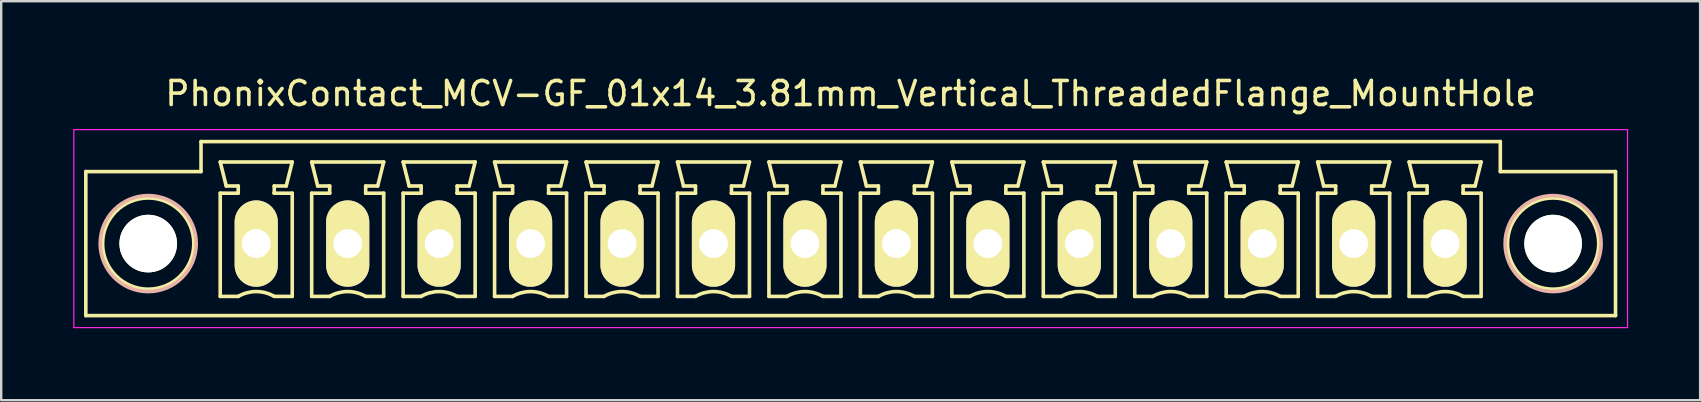
<source format=kicad_pcb>
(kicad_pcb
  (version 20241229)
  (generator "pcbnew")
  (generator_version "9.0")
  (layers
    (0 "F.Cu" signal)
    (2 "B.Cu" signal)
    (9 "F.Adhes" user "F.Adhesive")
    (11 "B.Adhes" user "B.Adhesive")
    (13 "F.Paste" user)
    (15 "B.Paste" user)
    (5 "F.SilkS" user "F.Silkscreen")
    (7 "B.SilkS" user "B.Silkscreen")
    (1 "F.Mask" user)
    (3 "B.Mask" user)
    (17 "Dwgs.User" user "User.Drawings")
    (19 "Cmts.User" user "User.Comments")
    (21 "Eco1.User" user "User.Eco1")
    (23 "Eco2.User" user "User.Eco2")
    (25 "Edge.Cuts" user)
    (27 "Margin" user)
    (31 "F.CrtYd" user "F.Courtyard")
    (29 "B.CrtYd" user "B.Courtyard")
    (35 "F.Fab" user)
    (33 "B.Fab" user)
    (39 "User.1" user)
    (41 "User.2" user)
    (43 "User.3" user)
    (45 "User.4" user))
  (footprint "PhonixContact_MCV-GF_01x14_3.81mm_Vertical_ThreadedFlange_MountHole"
    (layer "F.Cu")
    (at 7.625 7.098)
    (property "Reference" "PhonixContact_MCV-GF_01x14_3.81mm_Vertical_ThreadedFlange_MountHole" (at 24.765 -6.25 0) (layer "F.SilkS") (effects (font (size 1 1) (thickness 0.15))))
    (attr through_hole)
    (fp_line (start -7.1 -3) (end -7.1 3) (stroke (width 0.15) (type solid)) (layer "F.SilkS"))
    (fp_line (start -7.1 3) (end 56.63 3) (stroke (width 0.15) (type solid)) (layer "F.SilkS"))
    (fp_line (start -2.3 -4.25) (end -2.3 -3) (stroke (width 0.15) (type solid)) (layer "F.SilkS"))
    (fp_line (start -2.3 -3) (end -7.1 -3) (stroke (width 0.15) (type solid)) (layer "F.SilkS"))
    (fp_line (start -1.5 -3.4) (end 1.5 -3.4) (stroke (width 0.15) (type solid)) (layer "F.SilkS"))
    (fp_line (start -1.5 -2.1) (end -0.75 -2.1) (stroke (width 0.15) (type solid)) (layer "F.SilkS"))
    (fp_line (start -1.5 2.2) (end -1.5 -2.1) (stroke (width 0.15) (type solid)) (layer "F.SilkS"))
    (fp_line (start -1.25 -2.4) (end -1.5 -3.4) (stroke (width 0.15) (type solid)) (layer "F.SilkS"))
    (fp_line (start -0.75 -2.4) (end -1.25 -2.4) (stroke (width 0.15) (type solid)) (layer "F.SilkS"))
    (fp_line (start -0.75 -2.1) (end -0.75 -2.4) (stroke (width 0.15) (type solid)) (layer "F.SilkS"))
    (fp_line (start -0.75 2.2) (end -1.5 2.2) (stroke (width 0.15) (type solid)) (layer "F.SilkS"))
    (fp_line (start 0.75 -2.4) (end 0.75 -2.1) (stroke (width 0.15) (type solid)) (layer "F.SilkS"))
    (fp_line (start 0.75 -2.1) (end 0.75 -2.1) (stroke (width 0.15) (type solid)) (layer "F.SilkS"))
    (fp_line (start 0.75 -2.1) (end 1.5 -2.1) (stroke (width 0.15) (type solid)) (layer "F.SilkS"))
    (fp_line (start 1.25 -2.4) (end 0.75 -2.4) (stroke (width 0.15) (type solid)) (layer "F.SilkS"))
    (fp_line (start 1.5 -3.4) (end 1.25 -2.4) (stroke (width 0.15) (type solid)) (layer "F.SilkS"))
    (fp_line (start 1.5 -2.1) (end 1.5 2.2) (stroke (width 0.15) (type solid)) (layer "F.SilkS"))
    (fp_line (start 1.5 2.2) (end 0.75 2.2) (stroke (width 0.15) (type solid)) (layer "F.SilkS"))
    (fp_line (start 2.31 -3.4) (end 5.31 -3.4) (stroke (width 0.15) (type solid)) (layer "F.SilkS"))
    (fp_line (start 2.31 -2.1) (end 3.06 -2.1) (stroke (width 0.15) (type solid)) (layer "F.SilkS"))
    (fp_line (start 2.31 2.2) (end 2.31 -2.1) (stroke (width 0.15) (type solid)) (layer "F.SilkS"))
    (fp_line (start 2.56 -2.4) (end 2.31 -3.4) (stroke (width 0.15) (type solid)) (layer "F.SilkS"))
    (fp_line (start 3.06 -2.4) (end 2.56 -2.4) (stroke (width 0.15) (type solid)) (layer "F.SilkS"))
    (fp_line (start 3.06 -2.1) (end 3.06 -2.4) (stroke (width 0.15) (type solid)) (layer "F.SilkS"))
    (fp_line (start 3.06 2.2) (end 2.31 2.2) (stroke (width 0.15) (type solid)) (layer "F.SilkS"))
    (fp_line (start 4.56 -2.4) (end 4.56 -2.1) (stroke (width 0.15) (type solid)) (layer "F.SilkS"))
    (fp_line (start 4.56 -2.1) (end 4.56 -2.1) (stroke (width 0.15) (type solid)) (layer "F.SilkS"))
    (fp_line (start 4.56 -2.1) (end 5.31 -2.1) (stroke (width 0.15) (type solid)) (layer "F.SilkS"))
    (fp_line (start 5.06 -2.4) (end 4.56 -2.4) (stroke (width 0.15) (type solid)) (layer "F.SilkS"))
    (fp_line (start 5.31 -3.4) (end 5.06 -2.4) (stroke (width 0.15) (type solid)) (layer "F.SilkS"))
    (fp_line (start 5.31 -2.1) (end 5.31 2.2) (stroke (width 0.15) (type solid)) (layer "F.SilkS"))
    (fp_line (start 5.31 2.2) (end 4.56 2.2) (stroke (width 0.15) (type solid)) (layer "F.SilkS"))
    (fp_line (start 6.12 -3.4) (end 9.12 -3.4) (stroke (width 0.15) (type solid)) (layer "F.SilkS"))
    (fp_line (start 6.12 -2.1) (end 6.87 -2.1) (stroke (width 0.15) (type solid)) (layer "F.SilkS"))
    (fp_line (start 6.12 2.2) (end 6.12 -2.1) (stroke (width 0.15) (type solid)) (layer "F.SilkS"))
    (fp_line (start 6.37 -2.4) (end 6.12 -3.4) (stroke (width 0.15) (type solid)) (layer "F.SilkS"))
    (fp_line (start 6.87 -2.4) (end 6.37 -2.4) (stroke (width 0.15) (type solid)) (layer "F.SilkS"))
    (fp_line (start 6.87 -2.1) (end 6.87 -2.4) (stroke (width 0.15) (type solid)) (layer "F.SilkS"))
    (fp_line (start 6.87 2.2) (end 6.12 2.2) (stroke (width 0.15) (type solid)) (layer "F.SilkS"))
    (fp_line (start 8.37 -2.4) (end 8.37 -2.1) (stroke (width 0.15) (type solid)) (layer "F.SilkS"))
    (fp_line (start 8.37 -2.1) (end 8.37 -2.1) (stroke (width 0.15) (type solid)) (layer "F.SilkS"))
    (fp_line (start 8.37 -2.1) (end 9.12 -2.1) (stroke (width 0.15) (type solid)) (layer "F.SilkS"))
    (fp_line (start 8.87 -2.4) (end 8.37 -2.4) (stroke (width 0.15) (type solid)) (layer "F.SilkS"))
    (fp_line (start 9.12 -3.4) (end 8.87 -2.4) (stroke (width 0.15) (type solid)) (layer "F.SilkS"))
    (fp_line (start 9.12 -2.1) (end 9.12 2.2) (stroke (width 0.15) (type solid)) (layer "F.SilkS"))
    (fp_line (start 9.12 2.2) (end 8.37 2.2) (stroke (width 0.15) (type solid)) (layer "F.SilkS"))
    (fp_line (start 9.93 -3.4) (end 12.93 -3.4) (stroke (width 0.15) (type solid)) (layer "F.SilkS"))
    (fp_line (start 9.93 -2.1) (end 10.68 -2.1) (stroke (width 0.15) (type solid)) (layer "F.SilkS"))
    (fp_line (start 9.93 2.2) (end 9.93 -2.1) (stroke (width 0.15) (type solid)) (layer "F.SilkS"))
    (fp_line (start 10.18 -2.4) (end 9.93 -3.4) (stroke (width 0.15) (type solid)) (layer "F.SilkS"))
    (fp_line (start 10.68 -2.4) (end 10.18 -2.4) (stroke (width 0.15) (type solid)) (layer "F.SilkS"))
    (fp_line (start 10.68 -2.1) (end 10.68 -2.4) (stroke (width 0.15) (type solid)) (layer "F.SilkS"))
    (fp_line (start 10.68 2.2) (end 9.93 2.2) (stroke (width 0.15) (type solid)) (layer "F.SilkS"))
    (fp_line (start 12.18 -2.4) (end 12.18 -2.1) (stroke (width 0.15) (type solid)) (layer "F.SilkS"))
    (fp_line (start 12.18 -2.1) (end 12.18 -2.1) (stroke (width 0.15) (type solid)) (layer "F.SilkS"))
    (fp_line (start 12.18 -2.1) (end 12.93 -2.1) (stroke (width 0.15) (type solid)) (layer "F.SilkS"))
    (fp_line (start 12.68 -2.4) (end 12.18 -2.4) (stroke (width 0.15) (type solid)) (layer "F.SilkS"))
    (fp_line (start 12.93 -3.4) (end 12.68 -2.4) (stroke (width 0.15) (type solid)) (layer "F.SilkS"))
    (fp_line (start 12.93 -2.1) (end 12.93 2.2) (stroke (width 0.15) (type solid)) (layer "F.SilkS"))
    (fp_line (start 12.93 2.2) (end 12.18 2.2) (stroke (width 0.15) (type solid)) (layer "F.SilkS"))
    (fp_line (start 13.74 -3.4) (end 16.74 -3.4) (stroke (width 0.15) (type solid)) (layer "F.SilkS"))
    (fp_line (start 13.74 -2.1) (end 14.49 -2.1) (stroke (width 0.15) (type solid)) (layer "F.SilkS"))
    (fp_line (start 13.74 2.2) (end 13.74 -2.1) (stroke (width 0.15) (type solid)) (layer "F.SilkS"))
    (fp_line (start 13.99 -2.4) (end 13.74 -3.4) (stroke (width 0.15) (type solid)) (layer "F.SilkS"))
    (fp_line (start 14.49 -2.4) (end 13.99 -2.4) (stroke (width 0.15) (type solid)) (layer "F.SilkS"))
    (fp_line (start 14.49 -2.1) (end 14.49 -2.4) (stroke (width 0.15) (type solid)) (layer "F.SilkS"))
    (fp_line (start 14.49 2.2) (end 13.74 2.2) (stroke (width 0.15) (type solid)) (layer "F.SilkS"))
    (fp_line (start 15.99 -2.4) (end 15.99 -2.1) (stroke (width 0.15) (type solid)) (layer "F.SilkS"))
    (fp_line (start 15.99 -2.1) (end 15.99 -2.1) (stroke (width 0.15) (type solid)) (layer "F.SilkS"))
    (fp_line (start 15.99 -2.1) (end 16.74 -2.1) (stroke (width 0.15) (type solid)) (layer "F.SilkS"))
    (fp_line (start 16.49 -2.4) (end 15.99 -2.4) (stroke (width 0.15) (type solid)) (layer "F.SilkS"))
    (fp_line (start 16.74 -3.4) (end 16.49 -2.4) (stroke (width 0.15) (type solid)) (layer "F.SilkS"))
    (fp_line (start 16.74 -2.1) (end 16.74 2.2) (stroke (width 0.15) (type solid)) (layer "F.SilkS"))
    (fp_line (start 16.74 2.2) (end 15.99 2.2) (stroke (width 0.15) (type solid)) (layer "F.SilkS"))
    (fp_line (start 17.55 -3.4) (end 20.55 -3.4) (stroke (width 0.15) (type solid)) (layer "F.SilkS"))
    (fp_line (start 17.55 -2.1) (end 18.3 -2.1) (stroke (width 0.15) (type solid)) (layer "F.SilkS"))
    (fp_line (start 17.55 2.2) (end 17.55 -2.1) (stroke (width 0.15) (type solid)) (layer "F.SilkS"))
    (fp_line (start 17.8 -2.4) (end 17.55 -3.4) (stroke (width 0.15) (type solid)) (layer "F.SilkS"))
    (fp_line (start 18.3 -2.4) (end 17.8 -2.4) (stroke (width 0.15) (type solid)) (layer "F.SilkS"))
    (fp_line (start 18.3 -2.1) (end 18.3 -2.4) (stroke (width 0.15) (type solid)) (layer "F.SilkS"))
    (fp_line (start 18.3 2.2) (end 17.55 2.2) (stroke (width 0.15) (type solid)) (layer "F.SilkS"))
    (fp_line (start 19.8 -2.4) (end 19.8 -2.1) (stroke (width 0.15) (type solid)) (layer "F.SilkS"))
    (fp_line (start 19.8 -2.1) (end 19.8 -2.1) (stroke (width 0.15) (type solid)) (layer "F.SilkS"))
    (fp_line (start 19.8 -2.1) (end 20.55 -2.1) (stroke (width 0.15) (type solid)) (layer "F.SilkS"))
    (fp_line (start 20.3 -2.4) (end 19.8 -2.4) (stroke (width 0.15) (type solid)) (layer "F.SilkS"))
    (fp_line (start 20.55 -3.4) (end 20.3 -2.4) (stroke (width 0.15) (type solid)) (layer "F.SilkS"))
    (fp_line (start 20.55 -2.1) (end 20.55 2.2) (stroke (width 0.15) (type solid)) (layer "F.SilkS"))
    (fp_line (start 20.55 2.2) (end 19.8 2.2) (stroke (width 0.15) (type solid)) (layer "F.SilkS"))
    (fp_line (start 21.36 -3.4) (end 24.36 -3.4) (stroke (width 0.15) (type solid)) (layer "F.SilkS"))
    (fp_line (start 21.36 -2.1) (end 22.11 -2.1) (stroke (width 0.15) (type solid)) (layer "F.SilkS"))
    (fp_line (start 21.36 2.2) (end 21.36 -2.1) (stroke (width 0.15) (type solid)) (layer "F.SilkS"))
    (fp_line (start 21.61 -2.4) (end 21.36 -3.4) (stroke (width 0.15) (type solid)) (layer "F.SilkS"))
    (fp_line (start 22.11 -2.4) (end 21.61 -2.4) (stroke (width 0.15) (type solid)) (layer "F.SilkS"))
    (fp_line (start 22.11 -2.1) (end 22.11 -2.4) (stroke (width 0.15) (type solid)) (layer "F.SilkS"))
    (fp_line (start 22.11 2.2) (end 21.36 2.2) (stroke (width 0.15) (type solid)) (layer "F.SilkS"))
    (fp_line (start 23.61 -2.4) (end 23.61 -2.1) (stroke (width 0.15) (type solid)) (layer "F.SilkS"))
    (fp_line (start 23.61 -2.1) (end 23.61 -2.1) (stroke (width 0.15) (type solid)) (layer "F.SilkS"))
    (fp_line (start 23.61 -2.1) (end 24.36 -2.1) (stroke (width 0.15) (type solid)) (layer "F.SilkS"))
    (fp_line (start 24.11 -2.4) (end 23.61 -2.4) (stroke (width 0.15) (type solid)) (layer "F.SilkS"))
    (fp_line (start 24.36 -3.4) (end 24.11 -2.4) (stroke (width 0.15) (type solid)) (layer "F.SilkS"))
    (fp_line (start 24.36 -2.1) (end 24.36 2.2) (stroke (width 0.15) (type solid)) (layer "F.SilkS"))
    (fp_line (start 24.36 2.2) (end 23.61 2.2) (stroke (width 0.15) (type solid)) (layer "F.SilkS"))
    (fp_line (start 25.17 -3.4) (end 28.17 -3.4) (stroke (width 0.15) (type solid)) (layer "F.SilkS"))
    (fp_line (start 25.17 -2.1) (end 25.92 -2.1) (stroke (width 0.15) (type solid)) (layer "F.SilkS"))
    (fp_line (start 25.17 2.2) (end 25.17 -2.1) (stroke (width 0.15) (type solid)) (layer "F.SilkS"))
    (fp_line (start 25.42 -2.4) (end 25.17 -3.4) (stroke (width 0.15) (type solid)) (layer "F.SilkS"))
    (fp_line (start 25.92 -2.4) (end 25.42 -2.4) (stroke (width 0.15) (type solid)) (layer "F.SilkS"))
    (fp_line (start 25.92 -2.1) (end 25.92 -2.4) (stroke (width 0.15) (type solid)) (layer "F.SilkS"))
    (fp_line (start 25.92 2.2) (end 25.17 2.2) (stroke (width 0.15) (type solid)) (layer "F.SilkS"))
    (fp_line (start 27.42 -2.4) (end 27.42 -2.1) (stroke (width 0.15) (type solid)) (layer "F.SilkS"))
    (fp_line (start 27.42 -2.1) (end 27.42 -2.1) (stroke (width 0.15) (type solid)) (layer "F.SilkS"))
    (fp_line (start 27.42 -2.1) (end 28.17 -2.1) (stroke (width 0.15) (type solid)) (layer "F.SilkS"))
    (fp_line (start 27.92 -2.4) (end 27.42 -2.4) (stroke (width 0.15) (type solid)) (layer "F.SilkS"))
    (fp_line (start 28.17 -3.4) (end 27.92 -2.4) (stroke (width 0.15) (type solid)) (layer "F.SilkS"))
    (fp_line (start 28.17 -2.1) (end 28.17 2.2) (stroke (width 0.15) (type solid)) (layer "F.SilkS"))
    (fp_line (start 28.17 2.2) (end 27.42 2.2) (stroke (width 0.15) (type solid)) (layer "F.SilkS"))
    (fp_line (start 28.98 -3.4) (end 31.98 -3.4) (stroke (width 0.15) (type solid)) (layer "F.SilkS"))
    (fp_line (start 28.98 -2.1) (end 29.73 -2.1) (stroke (width 0.15) (type solid)) (layer "F.SilkS"))
    (fp_line (start 28.98 2.2) (end 28.98 -2.1) (stroke (width 0.15) (type solid)) (layer "F.SilkS"))
    (fp_line (start 29.23 -2.4) (end 28.98 -3.4) (stroke (width 0.15) (type solid)) (layer "F.SilkS"))
    (fp_line (start 29.73 -2.4) (end 29.23 -2.4) (stroke (width 0.15) (type solid)) (layer "F.SilkS"))
    (fp_line (start 29.73 -2.1) (end 29.73 -2.4) (stroke (width 0.15) (type solid)) (layer "F.SilkS"))
    (fp_line (start 29.73 2.2) (end 28.98 2.2) (stroke (width 0.15) (type solid)) (layer "F.SilkS"))
    (fp_line (start 31.23 -2.4) (end 31.23 -2.1) (stroke (width 0.15) (type solid)) (layer "F.SilkS"))
    (fp_line (start 31.23 -2.1) (end 31.23 -2.1) (stroke (width 0.15) (type solid)) (layer "F.SilkS"))
    (fp_line (start 31.23 -2.1) (end 31.98 -2.1) (stroke (width 0.15) (type solid)) (layer "F.SilkS"))
    (fp_line (start 31.73 -2.4) (end 31.23 -2.4) (stroke (width 0.15) (type solid)) (layer "F.SilkS"))
    (fp_line (start 31.98 -3.4) (end 31.73 -2.4) (stroke (width 0.15) (type solid)) (layer "F.SilkS"))
    (fp_line (start 31.98 -2.1) (end 31.98 2.2) (stroke (width 0.15) (type solid)) (layer "F.SilkS"))
    (fp_line (start 31.98 2.2) (end 31.23 2.2) (stroke (width 0.15) (type solid)) (layer "F.SilkS"))
    (fp_line (start 32.79 -3.4) (end 35.79 -3.4) (stroke (width 0.15) (type solid)) (layer "F.SilkS"))
    (fp_line (start 32.79 -2.1) (end 33.54 -2.1) (stroke (width 0.15) (type solid)) (layer "F.SilkS"))
    (fp_line (start 32.79 2.2) (end 32.79 -2.1) (stroke (width 0.15) (type solid)) (layer "F.SilkS"))
    (fp_line (start 33.04 -2.4) (end 32.79 -3.4) (stroke (width 0.15) (type solid)) (layer "F.SilkS"))
    (fp_line (start 33.54 -2.4) (end 33.04 -2.4) (stroke (width 0.15) (type solid)) (layer "F.SilkS"))
    (fp_line (start 33.54 -2.1) (end 33.54 -2.4) (stroke (width 0.15) (type solid)) (layer "F.SilkS"))
    (fp_line (start 33.54 2.2) (end 32.79 2.2) (stroke (width 0.15) (type solid)) (layer "F.SilkS"))
    (fp_line (start 35.04 -2.4) (end 35.04 -2.1) (stroke (width 0.15) (type solid)) (layer "F.SilkS"))
    (fp_line (start 35.04 -2.1) (end 35.04 -2.1) (stroke (width 0.15) (type solid)) (layer "F.SilkS"))
    (fp_line (start 35.04 -2.1) (end 35.79 -2.1) (stroke (width 0.15) (type solid)) (layer "F.SilkS"))
    (fp_line (start 35.54 -2.4) (end 35.04 -2.4) (stroke (width 0.15) (type solid)) (layer "F.SilkS"))
    (fp_line (start 35.79 -3.4) (end 35.54 -2.4) (stroke (width 0.15) (type solid)) (layer "F.SilkS"))
    (fp_line (start 35.79 -2.1) (end 35.79 2.2) (stroke (width 0.15) (type solid)) (layer "F.SilkS"))
    (fp_line (start 35.79 2.2) (end 35.04 2.2) (stroke (width 0.15) (type solid)) (layer "F.SilkS"))
    (fp_line (start 36.6 -3.4) (end 39.6 -3.4) (stroke (width 0.15) (type solid)) (layer "F.SilkS"))
    (fp_line (start 36.6 -2.1) (end 37.35 -2.1) (stroke (width 0.15) (type solid)) (layer "F.SilkS"))
    (fp_line (start 36.6 2.2) (end 36.6 -2.1) (stroke (width 0.15) (type solid)) (layer "F.SilkS"))
    (fp_line (start 36.85 -2.4) (end 36.6 -3.4) (stroke (width 0.15) (type solid)) (layer "F.SilkS"))
    (fp_line (start 37.35 -2.4) (end 36.85 -2.4) (stroke (width 0.15) (type solid)) (layer "F.SilkS"))
    (fp_line (start 37.35 -2.1) (end 37.35 -2.4) (stroke (width 0.15) (type solid)) (layer "F.SilkS"))
    (fp_line (start 37.35 2.2) (end 36.6 2.2) (stroke (width 0.15) (type solid)) (layer "F.SilkS"))
    (fp_line (start 38.85 -2.4) (end 38.85 -2.1) (stroke (width 0.15) (type solid)) (layer "F.SilkS"))
    (fp_line (start 38.85 -2.1) (end 38.85 -2.1) (stroke (width 0.15) (type solid)) (layer "F.SilkS"))
    (fp_line (start 38.85 -2.1) (end 39.6 -2.1) (stroke (width 0.15) (type solid)) (layer "F.SilkS"))
    (fp_line (start 39.35 -2.4) (end 38.85 -2.4) (stroke (width 0.15) (type solid)) (layer "F.SilkS"))
    (fp_line (start 39.6 -3.4) (end 39.35 -2.4) (stroke (width 0.15) (type solid)) (layer "F.SilkS"))
    (fp_line (start 39.6 -2.1) (end 39.6 2.2) (stroke (width 0.15) (type solid)) (layer "F.SilkS"))
    (fp_line (start 39.6 2.2) (end 38.85 2.2) (stroke (width 0.15) (type solid)) (layer "F.SilkS"))
    (fp_line (start 40.41 -3.4) (end 43.41 -3.4) (stroke (width 0.15) (type solid)) (layer "F.SilkS"))
    (fp_line (start 40.41 -2.1) (end 41.16 -2.1) (stroke (width 0.15) (type solid)) (layer "F.SilkS"))
    (fp_line (start 40.41 2.2) (end 40.41 -2.1) (stroke (width 0.15) (type solid)) (layer "F.SilkS"))
    (fp_line (start 40.66 -2.4) (end 40.41 -3.4) (stroke (width 0.15) (type solid)) (layer "F.SilkS"))
    (fp_line (start 41.16 -2.4) (end 40.66 -2.4) (stroke (width 0.15) (type solid)) (layer "F.SilkS"))
    (fp_line (start 41.16 -2.1) (end 41.16 -2.4) (stroke (width 0.15) (type solid)) (layer "F.SilkS"))
    (fp_line (start 41.16 2.2) (end 40.41 2.2) (stroke (width 0.15) (type solid)) (layer "F.SilkS"))
    (fp_line (start 42.66 -2.4) (end 42.66 -2.1) (stroke (width 0.15) (type solid)) (layer "F.SilkS"))
    (fp_line (start 42.66 -2.1) (end 42.66 -2.1) (stroke (width 0.15) (type solid)) (layer "F.SilkS"))
    (fp_line (start 42.66 -2.1) (end 43.41 -2.1) (stroke (width 0.15) (type solid)) (layer "F.SilkS"))
    (fp_line (start 43.16 -2.4) (end 42.66 -2.4) (stroke (width 0.15) (type solid)) (layer "F.SilkS"))
    (fp_line (start 43.41 -3.4) (end 43.16 -2.4) (stroke (width 0.15) (type solid)) (layer "F.SilkS"))
    (fp_line (start 43.41 -2.1) (end 43.41 2.2) (stroke (width 0.15) (type solid)) (layer "F.SilkS"))
    (fp_line (start 43.41 2.2) (end 42.66 2.2) (stroke (width 0.15) (type solid)) (layer "F.SilkS"))
    (fp_line (start 44.22 -3.4) (end 47.22 -3.4) (stroke (width 0.15) (type solid)) (layer "F.SilkS"))
    (fp_line (start 44.22 -2.1) (end 44.97 -2.1) (stroke (width 0.15) (type solid)) (layer "F.SilkS"))
    (fp_line (start 44.22 2.2) (end 44.22 -2.1) (stroke (width 0.15) (type solid)) (layer "F.SilkS"))
    (fp_line (start 44.47 -2.4) (end 44.22 -3.4) (stroke (width 0.15) (type solid)) (layer "F.SilkS"))
    (fp_line (start 44.97 -2.4) (end 44.47 -2.4) (stroke (width 0.15) (type solid)) (layer "F.SilkS"))
    (fp_line (start 44.97 -2.1) (end 44.97 -2.4) (stroke (width 0.15) (type solid)) (layer "F.SilkS"))
    (fp_line (start 44.97 2.2) (end 44.22 2.2) (stroke (width 0.15) (type solid)) (layer "F.SilkS"))
    (fp_line (start 46.47 -2.4) (end 46.47 -2.1) (stroke (width 0.15) (type solid)) (layer "F.SilkS"))
    (fp_line (start 46.47 -2.1) (end 46.47 -2.1) (stroke (width 0.15) (type solid)) (layer "F.SilkS"))
    (fp_line (start 46.47 -2.1) (end 47.22 -2.1) (stroke (width 0.15) (type solid)) (layer "F.SilkS"))
    (fp_line (start 46.97 -2.4) (end 46.47 -2.4) (stroke (width 0.15) (type solid)) (layer "F.SilkS"))
    (fp_line (start 47.22 -3.4) (end 46.97 -2.4) (stroke (width 0.15) (type solid)) (layer "F.SilkS"))
    (fp_line (start 47.22 -2.1) (end 47.22 2.2) (stroke (width 0.15) (type solid)) (layer "F.SilkS"))
    (fp_line (start 47.22 2.2) (end 46.47 2.2) (stroke (width 0.15) (type solid)) (layer "F.SilkS"))
    (fp_line (start 48.03 -3.4) (end 51.03 -3.4) (stroke (width 0.15) (type solid)) (layer "F.SilkS"))
    (fp_line (start 48.03 -2.1) (end 48.78 -2.1) (stroke (width 0.15) (type solid)) (layer "F.SilkS"))
    (fp_line (start 48.03 2.2) (end 48.03 -2.1) (stroke (width 0.15) (type solid)) (layer "F.SilkS"))
    (fp_line (start 48.28 -2.4) (end 48.03 -3.4) (stroke (width 0.15) (type solid)) (layer "F.SilkS"))
    (fp_line (start 48.78 -2.4) (end 48.28 -2.4) (stroke (width 0.15) (type solid)) (layer "F.SilkS"))
    (fp_line (start 48.78 -2.1) (end 48.78 -2.4) (stroke (width 0.15) (type solid)) (layer "F.SilkS"))
    (fp_line (start 48.78 2.2) (end 48.03 2.2) (stroke (width 0.15) (type solid)) (layer "F.SilkS"))
    (fp_line (start 50.28 -2.4) (end 50.28 -2.1) (stroke (width 0.15) (type solid)) (layer "F.SilkS"))
    (fp_line (start 50.28 -2.1) (end 50.28 -2.1) (stroke (width 0.15) (type solid)) (layer "F.SilkS"))
    (fp_line (start 50.28 -2.1) (end 51.03 -2.1) (stroke (width 0.15) (type solid)) (layer "F.SilkS"))
    (fp_line (start 50.78 -2.4) (end 50.28 -2.4) (stroke (width 0.15) (type solid)) (layer "F.SilkS"))
    (fp_line (start 51.03 -3.4) (end 50.78 -2.4) (stroke (width 0.15) (type solid)) (layer "F.SilkS"))
    (fp_line (start 51.03 -2.1) (end 51.03 2.2) (stroke (width 0.15) (type solid)) (layer "F.SilkS"))
    (fp_line (start 51.03 2.2) (end 50.28 2.2) (stroke (width 0.15) (type solid)) (layer "F.SilkS"))
    (fp_line (start 51.83 -4.25) (end -2.3 -4.25) (stroke (width 0.15) (type solid)) (layer "F.SilkS"))
    (fp_line (start 51.83 -3) (end 51.83 -4.25) (stroke (width 0.15) (type solid)) (layer "F.SilkS"))
    (fp_line (start 56.63 -3) (end 51.83 -3) (stroke (width 0.15) (type solid)) (layer "F.SilkS"))
    (fp_line (start 56.63 3) (end 56.63 -3) (stroke (width 0.15) (type solid)) (layer "F.SilkS"))
    (fp_arc (start -0.75 2.2) (mid -0.006068 1.999179) (end 0.739464 2.193978) (stroke (width 0.15) (type solid)) (layer "F.SilkS"))
    (fp_arc (start 3.06 2.2) (mid 3.803932 1.999179) (end 4.549464 2.193978) (stroke (width 0.15) (type solid)) (layer "F.SilkS"))
    (fp_arc (start 6.87 2.2) (mid 7.613932 1.999179) (end 8.359464 2.193978) (stroke (width 0.15) (type solid)) (layer "F.SilkS"))
    (fp_arc (start 10.68 2.2) (mid 11.423932 1.999179) (end 12.169464 2.193978) (stroke (width 0.15) (type solid)) (layer "F.SilkS"))
    (fp_arc (start 14.49 2.2) (mid 15.233932 1.999179) (end 15.979464 2.193978) (stroke (width 0.15) (type solid)) (layer "F.SilkS"))
    (fp_arc (start 18.3 2.2) (mid 19.043932 1.999179) (end 19.789464 2.193978) (stroke (width 0.15) (type solid)) (layer "F.SilkS"))
    (fp_arc (start 22.11 2.2) (mid 22.853932 1.999179) (end 23.599464 2.193978) (stroke (width 0.15) (type solid)) (layer "F.SilkS"))
    (fp_arc (start 25.92 2.2) (mid 26.663932 1.999179) (end 27.409464 2.193978) (stroke (width 0.15) (type solid)) (layer "F.SilkS"))
    (fp_arc (start 29.73 2.2) (mid 30.473932 1.999179) (end 31.219464 2.193978) (stroke (width 0.15) (type solid)) (layer "F.SilkS"))
    (fp_arc (start 33.54 2.2) (mid 34.283932 1.999179) (end 35.029464 2.193978) (stroke (width 0.15) (type solid)) (layer "F.SilkS"))
    (fp_arc (start 37.35 2.2) (mid 38.093932 1.999179) (end 38.839464 2.193978) (stroke (width 0.15) (type solid)) (layer "F.SilkS"))
    (fp_arc (start 41.16 2.2) (mid 41.903932 1.999179) (end 42.649464 2.193978) (stroke (width 0.15) (type solid)) (layer "F.SilkS"))
    (fp_arc (start 44.97 2.2) (mid 45.713932 1.999179) (end 46.459464 2.193978) (stroke (width 0.15) (type solid)) (layer "F.SilkS"))
    (fp_arc (start 48.78 2.2) (mid 49.523932 1.999179) (end 50.269464 2.193978) (stroke (width 0.15) (type solid)) (layer "F.SilkS"))
    (fp_circle (center -4.5 0) (end -2.6 0) (stroke (width 0.15) (type solid)) (fill no) (layer "F.SilkS"))
    (fp_circle (center 54.03 0) (end 55.93 0) (stroke (width 0.15) (type solid)) (fill no) (layer "F.SilkS"))
    (fp_circle (center -4.5 0) (end -2.5 0) (stroke (width 0.15) (type solid)) (fill no) (layer "B.SilkS"))
    (fp_circle (center 54.03 0) (end 56.03 0) (stroke (width 0.15) (type solid)) (fill no) (layer "B.SilkS"))
    (fp_line (start -7.6 -4.75) (end -7.6 3.5) (stroke (width 0.05) (type solid)) (layer "F.CrtYd"))
    (fp_line (start -7.6 3.5) (end 57.13 3.5) (stroke (width 0.05) (type solid)) (layer "F.CrtYd"))
    (fp_line (start 57.13 -4.75) (end -7.6 -4.75) (stroke (width 0.05) (type solid)) (layer "F.CrtYd"))
    (fp_line (start 57.13 3.5) (end 57.13 -4.75) (stroke (width 0.05) (type solid)) (layer "F.CrtYd"))
    (pad "" np_thru_hole circle (at -4.5 0) (size 2.4 2.4) (drill 2.4) (layers "*.Cu" "*.Mask" "F.SilkS"))
    (pad "" np_thru_hole circle (at 54.03 0) (size 2.4 2.4) (drill 2.4) (layers "*.Cu" "*.Mask" "F.SilkS"))
    (pad "1" thru_hole oval (at 0 0) (size 1.8 3.6) (drill 1.2) (layers "*.Cu" "*.Mask" "F.SilkS"))
    (pad "2" thru_hole oval (at 3.81 0) (size 1.8 3.6) (drill 1.2) (layers "*.Cu" "*.Mask" "F.SilkS"))
    (pad "3" thru_hole oval (at 7.62 0) (size 1.8 3.6) (drill 1.2) (layers "*.Cu" "*.Mask" "F.SilkS"))
    (pad "4" thru_hole oval (at 11.43 0) (size 1.8 3.6) (drill 1.2) (layers "*.Cu" "*.Mask" "F.SilkS"))
    (pad "5" thru_hole oval (at 15.24 0) (size 1.8 3.6) (drill 1.2) (layers "*.Cu" "*.Mask" "F.SilkS"))
    (pad "6" thru_hole oval (at 19.05 0) (size 1.8 3.6) (drill 1.2) (layers "*.Cu" "*.Mask" "F.SilkS"))
    (pad "7" thru_hole oval (at 22.86 0) (size 1.8 3.6) (drill 1.2) (layers "*.Cu" "*.Mask" "F.SilkS"))
    (pad "8" thru_hole oval (at 26.67 0) (size 1.8 3.6) (drill 1.2) (layers "*.Cu" "*.Mask" "F.SilkS"))
    (pad "9" thru_hole oval (at 30.48 0) (size 1.8 3.6) (drill 1.2) (layers "*.Cu" "*.Mask" "F.SilkS"))
    (pad "10" thru_hole oval (at 34.29 0) (size 1.8 3.6) (drill 1.2) (layers "*.Cu" "*.Mask" "F.SilkS"))
    (pad "11" thru_hole oval (at 38.1 0) (size 1.8 3.6) (drill 1.2) (layers "*.Cu" "*.Mask" "F.SilkS"))
    (pad "12" thru_hole oval (at 41.91 0) (size 1.8 3.6) (drill 1.2) (layers "*.Cu" "*.Mask" "F.SilkS"))
    (pad "13" thru_hole oval (at 45.72 0) (size 1.8 3.6) (drill 1.2) (layers "*.Cu" "*.Mask" "F.SilkS"))
    (pad "14" thru_hole oval (at 49.53 0) (size 1.8 3.6) (drill 1.2) (layers "*.Cu" "*.Mask" "F.SilkS")))
  (gr_rect
    (start -3 -3)
    (end 67.78 13.623)
    (stroke (width 0.1) (type default))
    (fill no)
    (layer "Edge.Cuts")))
</source>
